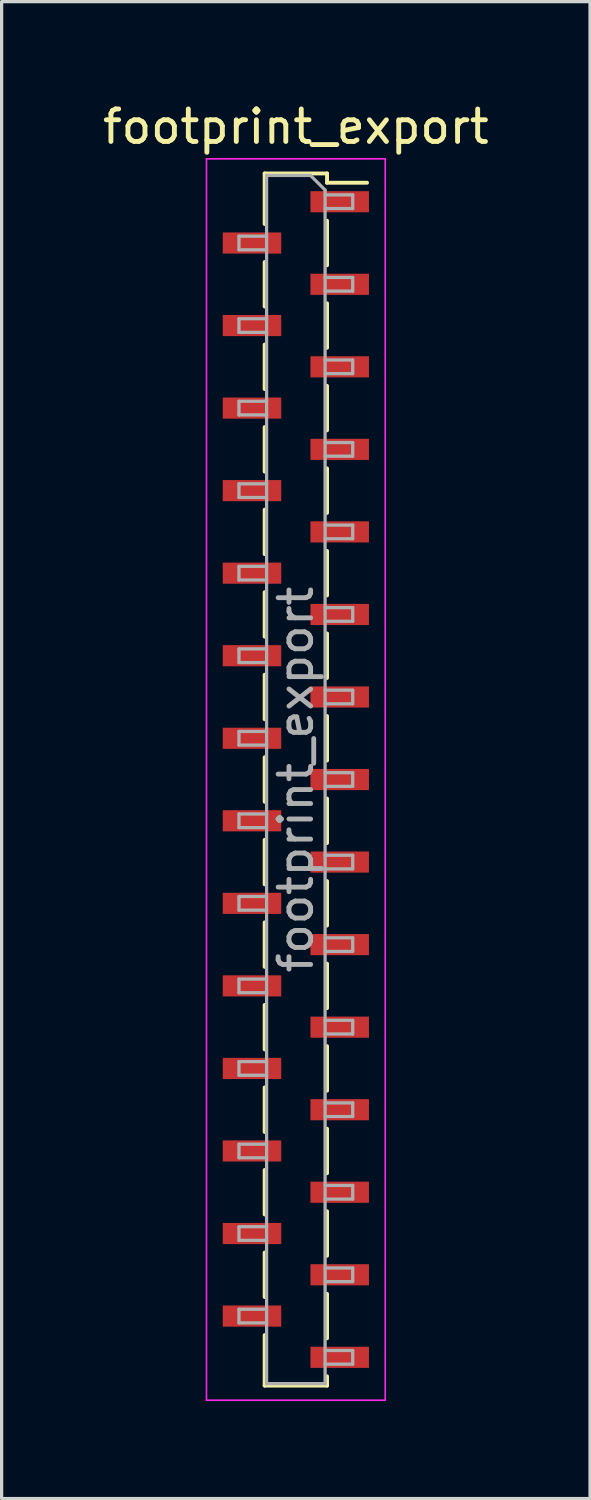
<source format=kicad_pcb>
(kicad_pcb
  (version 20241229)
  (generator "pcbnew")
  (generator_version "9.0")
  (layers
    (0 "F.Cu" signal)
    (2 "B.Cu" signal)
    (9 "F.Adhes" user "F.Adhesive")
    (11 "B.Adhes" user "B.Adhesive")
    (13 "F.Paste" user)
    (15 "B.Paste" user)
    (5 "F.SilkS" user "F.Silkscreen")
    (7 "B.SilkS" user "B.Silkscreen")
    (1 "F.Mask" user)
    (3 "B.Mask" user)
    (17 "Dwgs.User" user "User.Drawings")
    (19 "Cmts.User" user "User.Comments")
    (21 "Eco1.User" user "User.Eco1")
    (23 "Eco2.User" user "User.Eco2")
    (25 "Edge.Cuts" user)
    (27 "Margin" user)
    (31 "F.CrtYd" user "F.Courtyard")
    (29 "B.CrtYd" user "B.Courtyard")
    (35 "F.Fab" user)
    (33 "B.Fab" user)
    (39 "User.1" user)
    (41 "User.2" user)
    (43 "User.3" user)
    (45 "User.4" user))
  (footprint "footprint_export"
    (layer "F.Cu")
    (at 6.054 20.938)
    (property "Reference" "footprint_export" (at 0 -20.09 0) (layer "F.SilkS") (effects (font (size 1 1) (thickness 0.15))))
    (attr smd)
    (fp_line (start -0.96 -18.65) (end -0.96 -17.095) (stroke (width 0.12) (type solid)) (layer "F.SilkS"))
    (fp_line (start -0.96 -18.65) (end 0.96 -18.65) (stroke (width 0.12) (type solid)) (layer "F.SilkS"))
    (fp_line (start -0.96 -15.925) (end -0.96 -14.555) (stroke (width 0.12) (type solid)) (layer "F.SilkS"))
    (fp_line (start -0.96 -13.385) (end -0.96 -12.015) (stroke (width 0.12) (type solid)) (layer "F.SilkS"))
    (fp_line (start -0.96 -10.845) (end -0.96 -9.475) (stroke (width 0.12) (type solid)) (layer "F.SilkS"))
    (fp_line (start -0.96 -8.305) (end -0.96 -6.935) (stroke (width 0.12) (type solid)) (layer "F.SilkS"))
    (fp_line (start -0.96 -5.765) (end -0.96 -4.395) (stroke (width 0.12) (type solid)) (layer "F.SilkS"))
    (fp_line (start -0.96 -3.225) (end -0.96 -1.855) (stroke (width 0.12) (type solid)) (layer "F.SilkS"))
    (fp_line (start -0.96 -0.685) (end -0.96 0.685) (stroke (width 0.12) (type solid)) (layer "F.SilkS"))
    (fp_line (start -0.96 1.855) (end -0.96 3.225) (stroke (width 0.12) (type solid)) (layer "F.SilkS"))
    (fp_line (start -0.96 4.395) (end -0.96 5.765) (stroke (width 0.12) (type solid)) (layer "F.SilkS"))
    (fp_line (start -0.96 6.935) (end -0.96 8.305) (stroke (width 0.12) (type solid)) (layer "F.SilkS"))
    (fp_line (start -0.96 9.475) (end -0.96 10.845) (stroke (width 0.12) (type solid)) (layer "F.SilkS"))
    (fp_line (start -0.96 12.015) (end -0.96 13.385) (stroke (width 0.12) (type solid)) (layer "F.SilkS"))
    (fp_line (start -0.96 14.555) (end -0.96 15.925) (stroke (width 0.12) (type solid)) (layer "F.SilkS"))
    (fp_line (start -0.96 17.095) (end -0.96 18.65) (stroke (width 0.12) (type solid)) (layer "F.SilkS"))
    (fp_line (start -0.96 18.65) (end 0.96 18.65) (stroke (width 0.12) (type solid)) (layer "F.SilkS"))
    (fp_line (start 0.96 -18.65) (end 0.96 -18.365) (stroke (width 0.12) (type solid)) (layer "F.SilkS"))
    (fp_line (start 0.96 -18.365) (end 2.19 -18.365) (stroke (width 0.12) (type solid)) (layer "F.SilkS"))
    (fp_line (start 0.96 -17.195) (end 0.96 -15.825) (stroke (width 0.12) (type solid)) (layer "F.SilkS"))
    (fp_line (start 0.96 -14.655) (end 0.96 -13.285) (stroke (width 0.12) (type solid)) (layer "F.SilkS"))
    (fp_line (start 0.96 -12.115) (end 0.96 -10.745) (stroke (width 0.12) (type solid)) (layer "F.SilkS"))
    (fp_line (start 0.96 -9.575) (end 0.96 -8.205) (stroke (width 0.12) (type solid)) (layer "F.SilkS"))
    (fp_line (start 0.96 -7.035) (end 0.96 -5.665) (stroke (width 0.12) (type solid)) (layer "F.SilkS"))
    (fp_line (start 0.96 -4.495) (end 0.96 -3.125) (stroke (width 0.12) (type solid)) (layer "F.SilkS"))
    (fp_line (start 0.96 -1.955) (end 0.96 -0.585) (stroke (width 0.12) (type solid)) (layer "F.SilkS"))
    (fp_line (start 0.96 0.585) (end 0.96 1.955) (stroke (width 0.12) (type solid)) (layer "F.SilkS"))
    (fp_line (start 0.96 3.125) (end 0.96 4.495) (stroke (width 0.12) (type solid)) (layer "F.SilkS"))
    (fp_line (start 0.96 5.665) (end 0.96 7.035) (stroke (width 0.12) (type solid)) (layer "F.SilkS"))
    (fp_line (start 0.96 8.205) (end 0.96 9.575) (stroke (width 0.12) (type solid)) (layer "F.SilkS"))
    (fp_line (start 0.96 10.745) (end 0.96 12.115) (stroke (width 0.12) (type solid)) (layer "F.SilkS"))
    (fp_line (start 0.96 13.285) (end 0.96 14.655) (stroke (width 0.12) (type solid)) (layer "F.SilkS"))
    (fp_line (start 0.96 15.825) (end 0.96 17.195) (stroke (width 0.12) (type solid)) (layer "F.SilkS"))
    (fp_line (start 0.96 18.365) (end 0.96 18.65) (stroke (width 0.12) (type solid)) (layer "F.SilkS"))
    (fp_line (start -2.75 -19.1) (end 2.75 -19.1) (stroke (width 0.05) (type solid)) (layer "F.CrtYd"))
    (fp_line (start -2.75 19.1) (end -2.75 -19.1) (stroke (width 0.05) (type solid)) (layer "F.CrtYd"))
    (fp_line (start 2.75 -19.1) (end 2.75 19.1) (stroke (width 0.05) (type solid)) (layer "F.CrtYd"))
    (fp_line (start 2.75 19.1) (end -2.75 19.1) (stroke (width 0.05) (type solid)) (layer "F.CrtYd"))
    (fp_line (start -1.75 -16.72) (end -0.9 -16.72) (stroke (width 0.1) (type solid)) (layer "F.Fab"))
    (fp_line (start -1.75 -16.3) (end -1.75 -16.72) (stroke (width 0.1) (type solid)) (layer "F.Fab"))
    (fp_line (start -1.75 -14.18) (end -0.9 -14.18) (stroke (width 0.1) (type solid)) (layer "F.Fab"))
    (fp_line (start -1.75 -13.76) (end -1.75 -14.18) (stroke (width 0.1) (type solid)) (layer "F.Fab"))
    (fp_line (start -1.75 -11.64) (end -0.9 -11.64) (stroke (width 0.1) (type solid)) (layer "F.Fab"))
    (fp_line (start -1.75 -11.22) (end -1.75 -11.64) (stroke (width 0.1) (type solid)) (layer "F.Fab"))
    (fp_line (start -1.75 -9.1) (end -0.9 -9.1) (stroke (width 0.1) (type solid)) (layer "F.Fab"))
    (fp_line (start -1.75 -8.68) (end -1.75 -9.1) (stroke (width 0.1) (type solid)) (layer "F.Fab"))
    (fp_line (start -1.75 -6.56) (end -0.9 -6.56) (stroke (width 0.1) (type solid)) (layer "F.Fab"))
    (fp_line (start -1.75 -6.14) (end -1.75 -6.56) (stroke (width 0.1) (type solid)) (layer "F.Fab"))
    (fp_line (start -1.75 -4.02) (end -0.9 -4.02) (stroke (width 0.1) (type solid)) (layer "F.Fab"))
    (fp_line (start -1.75 -3.6) (end -1.75 -4.02) (stroke (width 0.1) (type solid)) (layer "F.Fab"))
    (fp_line (start -1.75 -1.48) (end -0.9 -1.48) (stroke (width 0.1) (type solid)) (layer "F.Fab"))
    (fp_line (start -1.75 -1.06) (end -1.75 -1.48) (stroke (width 0.1) (type solid)) (layer "F.Fab"))
    (fp_line (start -1.75 1.06) (end -0.9 1.06) (stroke (width 0.1) (type solid)) (layer "F.Fab"))
    (fp_line (start -1.75 1.48) (end -1.75 1.06) (stroke (width 0.1) (type solid)) (layer "F.Fab"))
    (fp_line (start -1.75 3.6) (end -0.9 3.6) (stroke (width 0.1) (type solid)) (layer "F.Fab"))
    (fp_line (start -1.75 4.02) (end -1.75 3.6) (stroke (width 0.1) (type solid)) (layer "F.Fab"))
    (fp_line (start -1.75 6.14) (end -0.9 6.14) (stroke (width 0.1) (type solid)) (layer "F.Fab"))
    (fp_line (start -1.75 6.56) (end -1.75 6.14) (stroke (width 0.1) (type solid)) (layer "F.Fab"))
    (fp_line (start -1.75 8.68) (end -0.9 8.68) (stroke (width 0.1) (type solid)) (layer "F.Fab"))
    (fp_line (start -1.75 9.1) (end -1.75 8.68) (stroke (width 0.1) (type solid)) (layer "F.Fab"))
    (fp_line (start -1.75 11.22) (end -0.9 11.22) (stroke (width 0.1) (type solid)) (layer "F.Fab"))
    (fp_line (start -1.75 11.64) (end -1.75 11.22) (stroke (width 0.1) (type solid)) (layer "F.Fab"))
    (fp_line (start -1.75 13.76) (end -0.9 13.76) (stroke (width 0.1) (type solid)) (layer "F.Fab"))
    (fp_line (start -1.75 14.18) (end -1.75 13.76) (stroke (width 0.1) (type solid)) (layer "F.Fab"))
    (fp_line (start -1.75 16.3) (end -0.9 16.3) (stroke (width 0.1) (type solid)) (layer "F.Fab"))
    (fp_line (start -1.75 16.72) (end -1.75 16.3) (stroke (width 0.1) (type solid)) (layer "F.Fab"))
    (fp_line (start -0.9 -18.59) (end 0.45 -18.59) (stroke (width 0.1) (type solid)) (layer "F.Fab"))
    (fp_line (start -0.9 -16.3) (end -1.75 -16.3) (stroke (width 0.1) (type solid)) (layer "F.Fab"))
    (fp_line (start -0.9 -13.76) (end -1.75 -13.76) (stroke (width 0.1) (type solid)) (layer "F.Fab"))
    (fp_line (start -0.9 -11.22) (end -1.75 -11.22) (stroke (width 0.1) (type solid)) (layer "F.Fab"))
    (fp_line (start -0.9 -8.68) (end -1.75 -8.68) (stroke (width 0.1) (type solid)) (layer "F.Fab"))
    (fp_line (start -0.9 -6.14) (end -1.75 -6.14) (stroke (width 0.1) (type solid)) (layer "F.Fab"))
    (fp_line (start -0.9 -3.6) (end -1.75 -3.6) (stroke (width 0.1) (type solid)) (layer "F.Fab"))
    (fp_line (start -0.9 -1.06) (end -1.75 -1.06) (stroke (width 0.1) (type solid)) (layer "F.Fab"))
    (fp_line (start -0.9 1.48) (end -1.75 1.48) (stroke (width 0.1) (type solid)) (layer "F.Fab"))
    (fp_line (start -0.9 4.02) (end -1.75 4.02) (stroke (width 0.1) (type solid)) (layer "F.Fab"))
    (fp_line (start -0.9 6.56) (end -1.75 6.56) (stroke (width 0.1) (type solid)) (layer "F.Fab"))
    (fp_line (start -0.9 9.1) (end -1.75 9.1) (stroke (width 0.1) (type solid)) (layer "F.Fab"))
    (fp_line (start -0.9 11.64) (end -1.75 11.64) (stroke (width 0.1) (type solid)) (layer "F.Fab"))
    (fp_line (start -0.9 14.18) (end -1.75 14.18) (stroke (width 0.1) (type solid)) (layer "F.Fab"))
    (fp_line (start -0.9 16.72) (end -1.75 16.72) (stroke (width 0.1) (type solid)) (layer "F.Fab"))
    (fp_line (start -0.9 18.59) (end -0.9 -18.59) (stroke (width 0.1) (type solid)) (layer "F.Fab"))
    (fp_line (start 0.45 -18.59) (end 0.9 -18.14) (stroke (width 0.1) (type solid)) (layer "F.Fab"))
    (fp_line (start 0.9 -18.14) (end 0.9 18.59) (stroke (width 0.1) (type solid)) (layer "F.Fab"))
    (fp_line (start 0.9 -17.99) (end 1.75 -17.99) (stroke (width 0.1) (type solid)) (layer "F.Fab"))
    (fp_line (start 0.9 -15.45) (end 1.75 -15.45) (stroke (width 0.1) (type solid)) (layer "F.Fab"))
    (fp_line (start 0.9 -12.91) (end 1.75 -12.91) (stroke (width 0.1) (type solid)) (layer "F.Fab"))
    (fp_line (start 0.9 -10.37) (end 1.75 -10.37) (stroke (width 0.1) (type solid)) (layer "F.Fab"))
    (fp_line (start 0.9 -7.83) (end 1.75 -7.83) (stroke (width 0.1) (type solid)) (layer "F.Fab"))
    (fp_line (start 0.9 -5.29) (end 1.75 -5.29) (stroke (width 0.1) (type solid)) (layer "F.Fab"))
    (fp_line (start 0.9 -2.75) (end 1.75 -2.75) (stroke (width 0.1) (type solid)) (layer "F.Fab"))
    (fp_line (start 0.9 -0.21) (end 1.75 -0.21) (stroke (width 0.1) (type solid)) (layer "F.Fab"))
    (fp_line (start 0.9 2.33) (end 1.75 2.33) (stroke (width 0.1) (type solid)) (layer "F.Fab"))
    (fp_line (start 0.9 4.87) (end 1.75 4.87) (stroke (width 0.1) (type solid)) (layer "F.Fab"))
    (fp_line (start 0.9 7.41) (end 1.75 7.41) (stroke (width 0.1) (type solid)) (layer "F.Fab"))
    (fp_line (start 0.9 9.95) (end 1.75 9.95) (stroke (width 0.1) (type solid)) (layer "F.Fab"))
    (fp_line (start 0.9 12.49) (end 1.75 12.49) (stroke (width 0.1) (type solid)) (layer "F.Fab"))
    (fp_line (start 0.9 15.03) (end 1.75 15.03) (stroke (width 0.1) (type solid)) (layer "F.Fab"))
    (fp_line (start 0.9 17.57) (end 1.75 17.57) (stroke (width 0.1) (type solid)) (layer "F.Fab"))
    (fp_line (start 0.9 18.59) (end -0.9 18.59) (stroke (width 0.1) (type solid)) (layer "F.Fab"))
    (fp_line (start 1.75 -17.99) (end 1.75 -17.57) (stroke (width 0.1) (type solid)) (layer "F.Fab"))
    (fp_line (start 1.75 -17.57) (end 0.9 -17.57) (stroke (width 0.1) (type solid)) (layer "F.Fab"))
    (fp_line (start 1.75 -15.45) (end 1.75 -15.03) (stroke (width 0.1) (type solid)) (layer "F.Fab"))
    (fp_line (start 1.75 -15.03) (end 0.9 -15.03) (stroke (width 0.1) (type solid)) (layer "F.Fab"))
    (fp_line (start 1.75 -12.91) (end 1.75 -12.49) (stroke (width 0.1) (type solid)) (layer "F.Fab"))
    (fp_line (start 1.75 -12.49) (end 0.9 -12.49) (stroke (width 0.1) (type solid)) (layer "F.Fab"))
    (fp_line (start 1.75 -10.37) (end 1.75 -9.95) (stroke (width 0.1) (type solid)) (layer "F.Fab"))
    (fp_line (start 1.75 -9.95) (end 0.9 -9.95) (stroke (width 0.1) (type solid)) (layer "F.Fab"))
    (fp_line (start 1.75 -7.83) (end 1.75 -7.41) (stroke (width 0.1) (type solid)) (layer "F.Fab"))
    (fp_line (start 1.75 -7.41) (end 0.9 -7.41) (stroke (width 0.1) (type solid)) (layer "F.Fab"))
    (fp_line (start 1.75 -5.29) (end 1.75 -4.87) (stroke (width 0.1) (type solid)) (layer "F.Fab"))
    (fp_line (start 1.75 -4.87) (end 0.9 -4.87) (stroke (width 0.1) (type solid)) (layer "F.Fab"))
    (fp_line (start 1.75 -2.75) (end 1.75 -2.33) (stroke (width 0.1) (type solid)) (layer "F.Fab"))
    (fp_line (start 1.75 -2.33) (end 0.9 -2.33) (stroke (width 0.1) (type solid)) (layer "F.Fab"))
    (fp_line (start 1.75 -0.21) (end 1.75 0.21) (stroke (width 0.1) (type solid)) (layer "F.Fab"))
    (fp_line (start 1.75 0.21) (end 0.9 0.21) (stroke (width 0.1) (type solid)) (layer "F.Fab"))
    (fp_line (start 1.75 2.33) (end 1.75 2.75) (stroke (width 0.1) (type solid)) (layer "F.Fab"))
    (fp_line (start 1.75 2.75) (end 0.9 2.75) (stroke (width 0.1) (type solid)) (layer "F.Fab"))
    (fp_line (start 1.75 4.87) (end 1.75 5.29) (stroke (width 0.1) (type solid)) (layer "F.Fab"))
    (fp_line (start 1.75 5.29) (end 0.9 5.29) (stroke (width 0.1) (type solid)) (layer "F.Fab"))
    (fp_line (start 1.75 7.41) (end 1.75 7.83) (stroke (width 0.1) (type solid)) (layer "F.Fab"))
    (fp_line (start 1.75 7.83) (end 0.9 7.83) (stroke (width 0.1) (type solid)) (layer "F.Fab"))
    (fp_line (start 1.75 9.95) (end 1.75 10.37) (stroke (width 0.1) (type solid)) (layer "F.Fab"))
    (fp_line (start 1.75 10.37) (end 0.9 10.37) (stroke (width 0.1) (type solid)) (layer "F.Fab"))
    (fp_line (start 1.75 12.49) (end 1.75 12.91) (stroke (width 0.1) (type solid)) (layer "F.Fab"))
    (fp_line (start 1.75 12.91) (end 0.9 12.91) (stroke (width 0.1) (type solid)) (layer "F.Fab"))
    (fp_line (start 1.75 15.03) (end 1.75 15.45) (stroke (width 0.1) (type solid)) (layer "F.Fab"))
    (fp_line (start 1.75 15.45) (end 0.9 15.45) (stroke (width 0.1) (type solid)) (layer "F.Fab"))
    (fp_line (start 1.75 17.57) (end 1.75 17.99) (stroke (width 0.1) (type solid)) (layer "F.Fab"))
    (fp_line (start 1.75 17.99) (end 0.9 17.99) (stroke (width 0.1) (type solid)) (layer "F.Fab"))
    (fp_text user "${REFERENCE}" (at 0 0 90) (layer "F.Fab") (effects (font (size 1 1) (thickness 0.15))))
    (pad "1" smd rect (at 1.35 -17.78) (size 1.8 0.65) (layers "F.Cu" "F.Mask" "F.Paste"))
    (pad "2" smd rect (at -1.35 -16.51) (size 1.8 0.65) (layers "F.Cu" "F.Mask" "F.Paste"))
    (pad "3" smd rect (at 1.35 -15.24) (size 1.8 0.65) (layers "F.Cu" "F.Mask" "F.Paste"))
    (pad "4" smd rect (at -1.35 -13.97) (size 1.8 0.65) (layers "F.Cu" "F.Mask" "F.Paste"))
    (pad "5" smd rect (at 1.35 -12.7) (size 1.8 0.65) (layers "F.Cu" "F.Mask" "F.Paste"))
    (pad "6" smd rect (at -1.35 -11.43) (size 1.8 0.65) (layers "F.Cu" "F.Mask" "F.Paste"))
    (pad "7" smd rect (at 1.35 -10.16) (size 1.8 0.65) (layers "F.Cu" "F.Mask" "F.Paste"))
    (pad "8" smd rect (at -1.35 -8.89) (size 1.8 0.65) (layers "F.Cu" "F.Mask" "F.Paste"))
    (pad "9" smd rect (at 1.35 -7.62) (size 1.8 0.65) (layers "F.Cu" "F.Mask" "F.Paste"))
    (pad "10" smd rect (at -1.35 -6.35) (size 1.8 0.65) (layers "F.Cu" "F.Mask" "F.Paste"))
    (pad "11" smd rect (at 1.35 -5.08) (size 1.8 0.65) (layers "F.Cu" "F.Mask" "F.Paste"))
    (pad "12" smd rect (at -1.35 -3.81) (size 1.8 0.65) (layers "F.Cu" "F.Mask" "F.Paste"))
    (pad "13" smd rect (at 1.35 -2.54) (size 1.8 0.65) (layers "F.Cu" "F.Mask" "F.Paste"))
    (pad "14" smd rect (at -1.35 -1.27) (size 1.8 0.65) (layers "F.Cu" "F.Mask" "F.Paste"))
    (pad "15" smd rect (at 1.35 0) (size 1.8 0.65) (layers "F.Cu" "F.Mask" "F.Paste"))
    (pad "16" smd rect (at -1.35 1.27) (size 1.8 0.65) (layers "F.Cu" "F.Mask" "F.Paste"))
    (pad "17" smd rect (at 1.35 2.54) (size 1.8 0.65) (layers "F.Cu" "F.Mask" "F.Paste"))
    (pad "18" smd rect (at -1.35 3.81) (size 1.8 0.65) (layers "F.Cu" "F.Mask" "F.Paste"))
    (pad "19" smd rect (at 1.35 5.08) (size 1.8 0.65) (layers "F.Cu" "F.Mask" "F.Paste"))
    (pad "20" smd rect (at -1.35 6.35) (size 1.8 0.65) (layers "F.Cu" "F.Mask" "F.Paste"))
    (pad "21" smd rect (at 1.35 7.62) (size 1.8 0.65) (layers "F.Cu" "F.Mask" "F.Paste"))
    (pad "22" smd rect (at -1.35 8.89) (size 1.8 0.65) (layers "F.Cu" "F.Mask" "F.Paste"))
    (pad "23" smd rect (at 1.35 10.16) (size 1.8 0.65) (layers "F.Cu" "F.Mask" "F.Paste"))
    (pad "24" smd rect (at -1.35 11.43) (size 1.8 0.65) (layers "F.Cu" "F.Mask" "F.Paste"))
    (pad "25" smd rect (at 1.35 12.7) (size 1.8 0.65) (layers "F.Cu" "F.Mask" "F.Paste"))
    (pad "26" smd rect (at -1.35 13.97) (size 1.8 0.65) (layers "F.Cu" "F.Mask" "F.Paste"))
    (pad "27" smd rect (at 1.35 15.24) (size 1.8 0.65) (layers "F.Cu" "F.Mask" "F.Paste"))
    (pad "28" smd rect (at -1.35 16.51) (size 1.8 0.65) (layers "F.Cu" "F.Mask" "F.Paste"))
    (pad "29" smd rect (at 1.35 17.78) (size 1.8 0.65) (layers "F.Cu" "F.Mask" "F.Paste")))
  (gr_rect
    (start -3 -3)
    (end 15.107 43.063)
    (stroke (width 0.1) (type default))
    (fill no)
    (layer "Edge.Cuts")))
</source>
